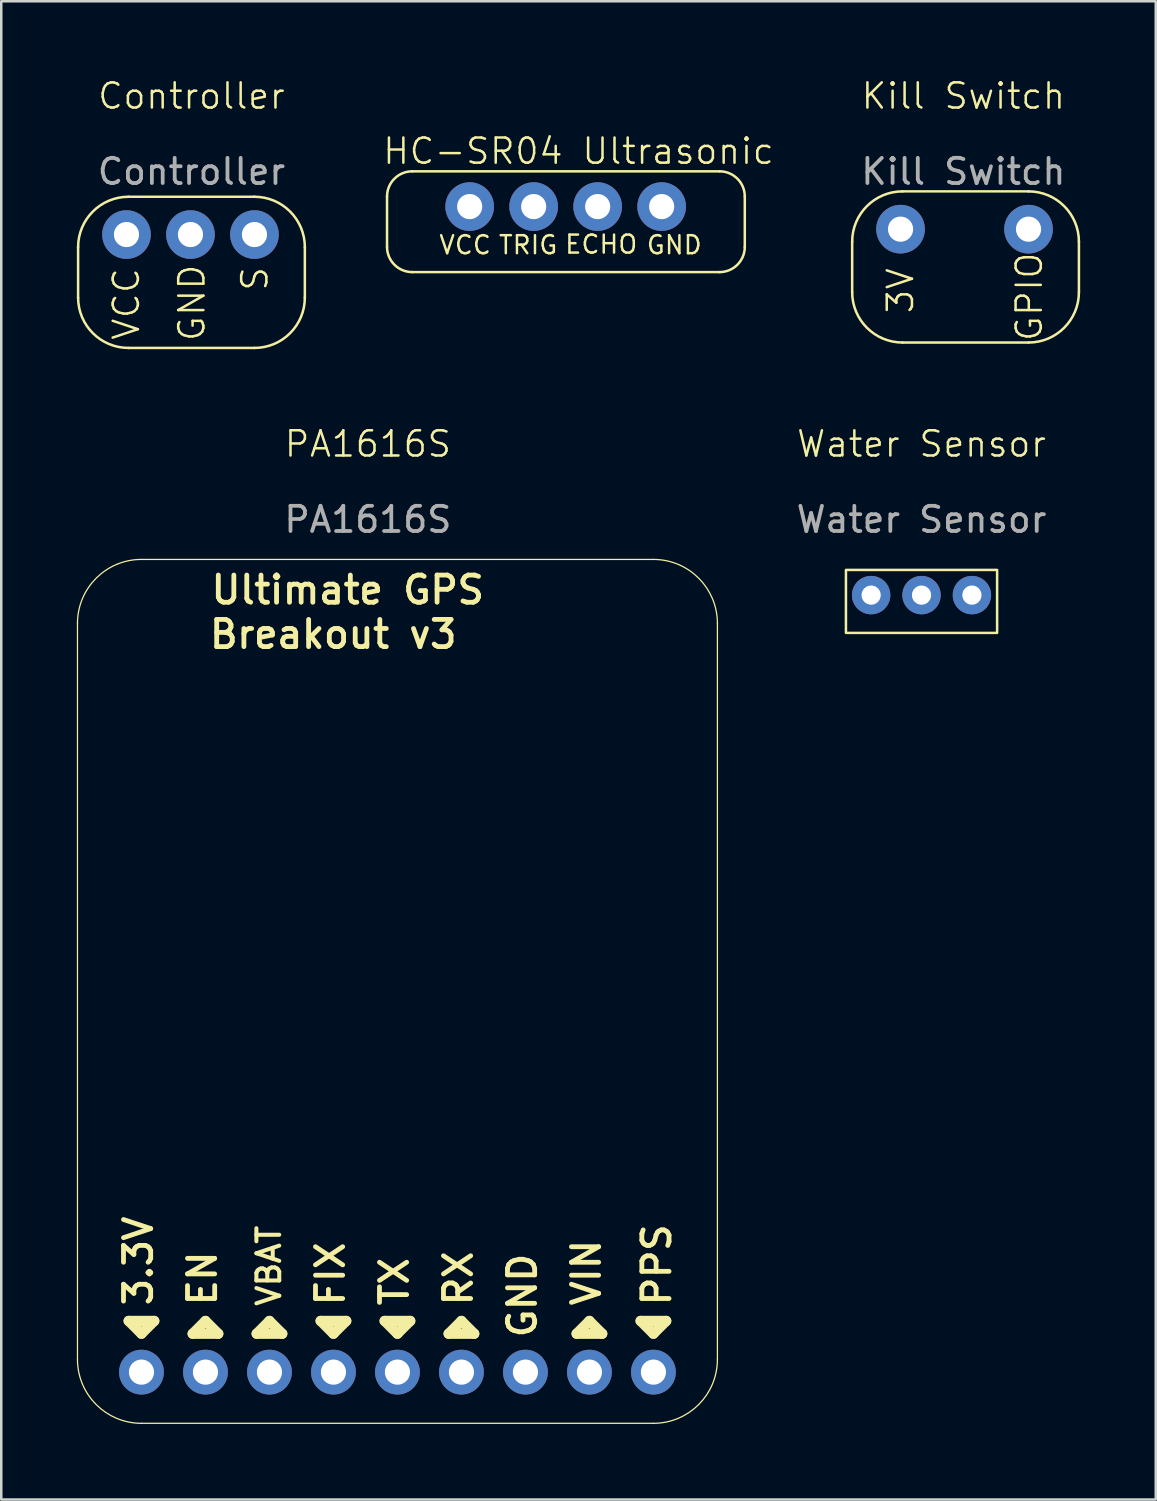
<source format=kicad_pcb>
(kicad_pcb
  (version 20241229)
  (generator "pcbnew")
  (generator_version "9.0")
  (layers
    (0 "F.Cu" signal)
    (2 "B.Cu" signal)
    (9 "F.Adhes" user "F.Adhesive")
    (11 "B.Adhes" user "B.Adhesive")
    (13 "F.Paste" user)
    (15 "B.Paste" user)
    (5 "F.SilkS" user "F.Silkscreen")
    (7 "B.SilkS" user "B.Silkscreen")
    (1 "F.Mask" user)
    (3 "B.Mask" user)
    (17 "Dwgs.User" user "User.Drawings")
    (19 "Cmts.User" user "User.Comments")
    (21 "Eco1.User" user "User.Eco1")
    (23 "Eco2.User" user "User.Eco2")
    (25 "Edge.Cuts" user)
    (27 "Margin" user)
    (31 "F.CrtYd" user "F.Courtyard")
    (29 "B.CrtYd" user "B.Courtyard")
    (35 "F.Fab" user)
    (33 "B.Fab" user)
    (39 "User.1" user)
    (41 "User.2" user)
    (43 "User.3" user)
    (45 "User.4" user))
  (footprint "Controller"
    (layer "F.Cu")
    (at 4.55 1.26)
    (property "Reference" "Controller" (at 0 -0.5 0) (unlocked yes) (layer "F.SilkS") (effects (font (size 1 1) (thickness 0.1))))
    (attr smd)
    (fp_line (start -4.5 7.5) (end -4.5 5.5) (stroke (width 0.1) (type default)) (layer "F.SilkS"))
    (fp_line (start -2.5 3.5) (end 2.5 3.5) (stroke (width 0.1) (type default)) (layer "F.SilkS"))
    (fp_line (start 2.5 9.5) (end -2.5 9.5) (stroke (width 0.1) (type default)) (layer "F.SilkS"))
    (fp_line (start 4.5 5.5) (end 4.5 7.5) (stroke (width 0.1) (type default)) (layer "F.SilkS"))
    (fp_arc (start -4.5 5.5) (mid -3.914214 4.085786) (end -2.5 3.5) (stroke (width 0.1) (type default)) (layer "F.SilkS"))
    (fp_arc (start -2.5 9.5) (mid -3.914214 8.914214) (end -4.5 7.5) (stroke (width 0.1) (type default)) (layer "F.SilkS"))
    (fp_arc (start 2.5 3.5) (mid 3.914214 4.085786) (end 4.5 5.5) (stroke (width 0.1) (type default)) (layer "F.SilkS"))
    (fp_arc (start 4.5 7.5) (mid 3.914214 8.914214) (end 2.5 9.5) (stroke (width 0.1) (type default)) (layer "F.SilkS"))
    (fp_text user "GND" (at 0.6 9.3 90) (unlocked yes) (layer "F.SilkS") (effects (font (size 1 1) (thickness 0.1)) (justify left bottom)))
    (fp_text user "VCC" (at -2 9.25 90) (unlocked yes) (layer "F.SilkS") (effects (font (size 1 1) (thickness 0.1)) (justify left bottom)))
    (fp_text user "S" (at 3.1 7.3 90) (unlocked yes) (layer "F.SilkS") (effects (font (size 1 1) (thickness 0.1)) (justify left bottom)))
    (fp_text user "${REFERENCE}" (at 0 2.5 0) (unlocked yes) (layer "F.Fab") (effects (font (size 1 1) (thickness 0.15))))
    (pad "3" thru_hole circle (at -2.58 5 90) (size 1.93 1.93) (drill 1) (layers "*.Cu" "*.Mask"))
    (pad "4" thru_hole circle (at -0.04 5 90) (size 1.93 1.93) (drill 1) (layers "*.Cu" "*.Mask"))
    (pad "5" thru_hole circle (at 2.5 5 90) (size 1.93 1.93) (drill 1) (layers "*.Cu" "*.Mask")))
  (footprint "Water Sensor"
    (layer "F.Cu")
    (at 33.527 15.071)
    (property "Reference" "Water Sensor" (at 0 -0.5 0) (unlocked yes) (layer "F.SilkS") (effects (font (size 1 1) (thickness 0.1))))
    (attr through_hole)
    (fp_rect (start -3 4.5) (end 3 7) (stroke (width 0.1) (type default)) (fill no) (layer "F.SilkS"))
    (fp_text user "${REFERENCE}" (at 0 2.5 0) (unlocked yes) (layer "F.Fab") (effects (font (size 1 1) (thickness 0.15))))
    (pad "1" thru_hole circle (at -2 5.5) (size 1.524 1.524) (drill 0.762) (layers "*.Cu" "*.Mask"))
    (pad "2" thru_hole circle (at 0 5.5) (size 1.524 1.524) (drill 0.762) (layers "*.Cu" "*.Mask"))
    (pad "3" thru_hole circle (at 2 5.5) (size 1.524 1.524) (drill 0.762) (layers "*.Cu" "*.Mask")))
  (footprint "PA1616S"
    (layer "F.Cu")
    (at 11.552 15.071)
    (property "Reference" "PA1616S" (at 0 -0.5 0) (unlocked yes) (layer "F.SilkS") (effects (font (size 1 1) (thickness 0.1))))
    (attr smd)
    (fp_line (start -11.527 35.833) (end -11.527 6.623) (stroke (width 0.05) (type solid)) (layer "F.SilkS"))
    (fp_line (start -9.495 34.309) (end -8.987 34.817) (stroke (width 0.406) (type solid)) (layer "F.SilkS"))
    (fp_line (start -8.987 4.083) (end 11.333 4.083) (stroke (width 0.05) (type solid)) (layer "F.SilkS"))
    (fp_line (start -8.987 34.817) (end -8.479 34.309) (stroke (width 0.406) (type solid)) (layer "F.SilkS"))
    (fp_line (start -8.479 34.309) (end -9.495 34.309) (stroke (width 0.406) (type solid)) (layer "F.SilkS"))
    (fp_line (start -6.955 34.817) (end -5.939 34.817) (stroke (width 0.406) (type solid)) (layer "F.SilkS"))
    (fp_line (start -6.447 34.309) (end -6.955 34.817) (stroke (width 0.406) (type solid)) (layer "F.SilkS"))
    (fp_line (start -5.939 34.817) (end -6.447 34.309) (stroke (width 0.406) (type solid)) (layer "F.SilkS"))
    (fp_line (start -4.415 34.817) (end -3.399 34.817) (stroke (width 0.406) (type solid)) (layer "F.SilkS"))
    (fp_line (start -3.907 34.309) (end -4.415 34.817) (stroke (width 0.406) (type solid)) (layer "F.SilkS"))
    (fp_line (start -3.399 34.817) (end -3.907 34.309) (stroke (width 0.406) (type solid)) (layer "F.SilkS"))
    (fp_line (start -1.875 34.309) (end -1.367 34.817) (stroke (width 0.406) (type solid)) (layer "F.SilkS"))
    (fp_line (start -1.367 34.817) (end -0.859 34.309) (stroke (width 0.406) (type solid)) (layer "F.SilkS"))
    (fp_line (start -0.859 34.309) (end -1.875 34.309) (stroke (width 0.406) (type solid)) (layer "F.SilkS"))
    (fp_line (start 0.665 34.309) (end 1.173 34.817) (stroke (width 0.406) (type solid)) (layer "F.SilkS"))
    (fp_line (start 1.173 34.817) (end 1.681 34.309) (stroke (width 0.406) (type solid)) (layer "F.SilkS"))
    (fp_line (start 1.681 34.309) (end 0.665 34.309) (stroke (width 0.406) (type solid)) (layer "F.SilkS"))
    (fp_line (start 3.205 34.817) (end 4.221 34.817) (stroke (width 0.406) (type solid)) (layer "F.SilkS"))
    (fp_line (start 3.713 34.309) (end 3.205 34.817) (stroke (width 0.406) (type solid)) (layer "F.SilkS"))
    (fp_line (start 4.221 34.817) (end 3.713 34.309) (stroke (width 0.406) (type solid)) (layer "F.SilkS"))
    (fp_line (start 8.285 34.817) (end 9.301 34.817) (stroke (width 0.406) (type solid)) (layer "F.SilkS"))
    (fp_line (start 8.793 34.309) (end 8.285 34.817) (stroke (width 0.406) (type solid)) (layer "F.SilkS"))
    (fp_line (start 9.301 34.817) (end 8.793 34.309) (stroke (width 0.406) (type solid)) (layer "F.SilkS"))
    (fp_line (start 10.825 34.309) (end 11.333 34.817) (stroke (width 0.406) (type solid)) (layer "F.SilkS"))
    (fp_line (start 11.333 34.817) (end 11.841 34.309) (stroke (width 0.406) (type solid)) (layer "F.SilkS"))
    (fp_line (start 11.333 38.373) (end -8.987 38.373) (stroke (width 0.05) (type solid)) (layer "F.SilkS"))
    (fp_line (start 11.841 34.309) (end 10.825 34.309) (stroke (width 0.406) (type solid)) (layer "F.SilkS"))
    (fp_line (start 13.873 6.623) (end 13.873 35.833) (stroke (width 0.05) (type solid)) (layer "F.SilkS"))
    (fp_arc (start -11.527 6.623) (mid -10.783051 4.826949) (end -8.987 4.083) (stroke (width 0.05) (type solid)) (layer "F.SilkS"))
    (fp_arc (start -8.987 38.373) (mid -10.783051 37.629051) (end -11.527 35.833) (stroke (width 0.05) (type solid)) (layer "F.SilkS"))
    (fp_arc (start 11.333 4.083) (mid 13.129051 4.826949) (end 13.873 6.623) (stroke (width 0.05) (type solid)) (layer "F.SilkS"))
    (fp_arc (start 13.873 35.833) (mid 13.129051 37.629051) (end 11.333 38.373) (stroke (width 0.05) (type solid)) (layer "F.SilkS"))
    (fp_text user "EN" (at -5.939 33.801 90) (unlocked yes) (layer "F.SilkS") (effects (font (size 1.079 1.079) (thickness 0.191)) (justify left bottom)))
    (fp_text user "Ultimate GPS" (at -6.32 5.925 0) (unlocked yes) (layer "F.SilkS") (effects (font (size 1.079 1.079) (thickness 0.191)) (justify left bottom)))
    (fp_text user "TX" (at 1.681 33.801 90) (unlocked yes) (layer "F.SilkS") (effects (font (size 1.079 1.079) (thickness 0.191)) (justify left bottom)))
    (fp_text user "PPS" (at 12.095 33.801 90) (unlocked yes) (layer "F.SilkS") (effects (font (size 1.079 1.079) (thickness 0.191)) (justify left bottom)))
    (fp_text user "VIN" (at 9.301 33.801 90) (unlocked yes) (layer "F.SilkS") (effects (font (size 1.079 1.079) (thickness 0.191)) (justify left bottom)))
    (fp_text user "FIX" (at -0.859 33.801 90) (unlocked yes) (layer "F.SilkS") (effects (font (size 1.079 1.079) (thickness 0.191)) (justify left bottom)))
    (fp_text user "VBAT" (at -3.399 33.801 90) (unlocked yes) (layer "F.SilkS") (effects (font (size 0.907 0.907) (thickness 0.16)) (justify left bottom)))
    (fp_text user "Breakout v3" (at -6.383 7.686 0) (unlocked yes) (layer "F.SilkS") (effects (font (size 1.079 1.079) (thickness 0.191)) (justify left bottom)))
    (fp_text user "GND" (at 6.761 35.071 90) (unlocked yes) (layer "F.SilkS") (effects (font (size 1.079 1.079) (thickness 0.191)) (justify left bottom)))
    (fp_text user "RX" (at 4.221 33.801 90) (unlocked yes) (layer "F.SilkS") (effects (font (size 1.079 1.079) (thickness 0.191)) (justify left bottom)))
    (fp_text user "3.3V" (at -8.479 33.801 90) (unlocked yes) (layer "F.SilkS") (effects (font (size 1.079 1.079) (thickness 0.191)) (justify left bottom)))
    (fp_text user "${REFERENCE}" (at 0 2.5 0) (unlocked yes) (layer "F.Fab") (effects (font (size 1 1) (thickness 0.15))))
    (pad "1" thru_hole circle (at -8.987 36.341 270) (size 1.778 1.778) (drill 1) (layers "*.Cu" "*.Mask"))
    (pad "2" thru_hole circle (at -6.447 36.341 270) (size 1.778 1.778) (drill 1) (layers "*.Cu" "*.Mask"))
    (pad "3" thru_hole circle (at -3.907 36.341 270) (size 1.778 1.778) (drill 1) (layers "*.Cu" "*.Mask"))
    (pad "4" thru_hole circle (at -1.367 36.341 270) (size 1.778 1.778) (drill 1) (layers "*.Cu" "*.Mask"))
    (pad "5" thru_hole circle (at 1.173 36.341 270) (size 1.778 1.778) (drill 1) (layers "*.Cu" "*.Mask"))
    (pad "6" thru_hole circle (at 3.713 36.341 270) (size 1.778 1.778) (drill 1) (layers "*.Cu" "*.Mask"))
    (pad "7" thru_hole circle (at 6.253 36.341 270) (size 1.778 1.778) (drill 1) (layers "*.Cu" "*.Mask"))
    (pad "8" thru_hole circle (at 8.793 36.341 270) (size 1.778 1.778) (drill 1) (layers "*.Cu" "*.Mask"))
    (pad "9" thru_hole circle (at 11.333 36.341 270) (size 1.778 1.778) (drill 1) (layers "*.Cu" "*.Mask")))
  (footprint "HC-SR04 Ultrasonic"
    (layer "F.Cu")
    (at 19.412 0.25)
    (property "Reference" "HC-SR04 Ultrasonic" (at 0.5 2.7 0) (unlocked yes) (layer "F.SilkS") (effects (font (size 1 1) (thickness 0.1))))
    (attr smd)
    (fp_line (start -7.1 6.5) (end -7.1 4.5) (stroke (width 0.1) (type default)) (layer "F.SilkS"))
    (fp_line (start -6.1 3.5) (end 6.1 3.5) (stroke (width 0.1) (type default)) (layer "F.SilkS"))
    (fp_line (start 6.1 7.5) (end -6.1 7.5) (stroke (width 0.1) (type default)) (layer "F.SilkS"))
    (fp_line (start 7.1 4.5) (end 7.1 6.5) (stroke (width 0.1) (type default)) (layer "F.SilkS"))
    (fp_arc (start -7.1 4.5) (mid -6.807107 3.792893) (end -6.1 3.5) (stroke (width 0.1) (type default)) (layer "F.SilkS"))
    (fp_arc (start -6.1 7.5) (mid -6.807107 7.207107) (end -7.1 6.5) (stroke (width 0.1) (type default)) (layer "F.SilkS"))
    (fp_arc (start 6.1 3.5) (mid 6.807107 3.792893) (end 7.1 4.5) (stroke (width 0.1) (type default)) (layer "F.SilkS"))
    (fp_arc (start 7.1 6.5) (mid 6.807107 7.207107) (end 6.1 7.5) (stroke (width 0.1) (type default)) (layer "F.SilkS"))
    (fp_text user "VCC" (at -4 6.424 0) (unlocked yes) (layer "F.SilkS") (effects (font (size 0.715 0.715) (thickness 0.098))))
    (fp_text user "GND" (at 4.3 6.424 0) (unlocked yes) (layer "F.SilkS") (effects (font (size 0.715 0.715) (thickness 0.098))))
    (fp_text user "ECHO" (at 1.4 6.4 0) (unlocked yes) (layer "F.SilkS") (effects (font (size 0.715 0.715) (thickness 0.098))))
    (fp_text user "TRIG" (at -1.5 6.424 0) (unlocked yes) (layer "F.SilkS") (effects (font (size 0.715 0.715) (thickness 0.098))))
    (pad "1" thru_hole circle (at -3.82 4.9 90) (size 1.93 1.93) (drill 1) (layers "*.Cu" "*.Mask"))
    (pad "2" thru_hole circle (at -1.28 4.9 90) (size 1.93 1.93) (drill 1) (layers "*.Cu" "*.Mask"))
    (pad "3" thru_hole circle (at 1.26 4.9 90) (size 1.93 1.93) (drill 1) (layers "*.Cu" "*.Mask"))
    (pad "4" thru_hole circle (at 3.8 4.9 90) (size 1.93 1.93) (drill 1) (layers "*.Cu" "*.Mask")))
  (footprint "Kill Switch"
    (layer "F.Cu")
    (at 35.188 1.26)
    (property "Reference" "Kill Switch" (at 0 -0.5 0) (unlocked yes) (layer "F.SilkS") (effects (font (size 1 1) (thickness 0.1))))
    (attr smd)
    (fp_line (start -4.414 7.286) (end -4.414 5.286) (stroke (width 0.1) (type default)) (layer "F.SilkS"))
    (fp_line (start -2.414 3.286) (end 2.586 3.286) (stroke (width 0.1) (type default)) (layer "F.SilkS"))
    (fp_line (start 2.586 9.286) (end -2.414 9.286) (stroke (width 0.1) (type default)) (layer "F.SilkS"))
    (fp_line (start 4.586 5.286) (end 4.586 7.286) (stroke (width 0.1) (type default)) (layer "F.SilkS"))
    (fp_arc (start -4.414214 5.285786) (mid -3.828428 3.871572) (end -2.414214 3.285786) (stroke (width 0.1) (type default)) (layer "F.SilkS"))
    (fp_arc (start -2.414214 9.285786) (mid -3.828428 8.7) (end -4.414214 7.285786) (stroke (width 0.1) (type default)) (layer "F.SilkS"))
    (fp_arc (start 2.585786 3.285786) (mid 4 3.871572) (end 4.585786 5.285786) (stroke (width 0.1) (type default)) (layer "F.SilkS"))
    (fp_arc (start 4.585786 7.285786) (mid 4 8.7) (end 2.585786 9.285786) (stroke (width 0.1) (type default)) (layer "F.SilkS"))
    (fp_text user "GPIO" (at 3.2 9.3 90) (unlocked yes) (layer "F.SilkS") (effects (font (size 1 1) (thickness 0.1)) (justify left bottom)))
    (fp_text user "3V" (at -1.914 8.2 90) (unlocked yes) (layer "F.SilkS") (effects (font (size 1 1) (thickness 0.1)) (justify left bottom)))
    (fp_text user "${REFERENCE}" (at 0 2.5 0) (unlocked yes) (layer "F.Fab") (effects (font (size 1 1) (thickness 0.15))))
    (pad "1" thru_hole circle (at -2.494 4.786 90) (size 1.93 1.93) (drill 1) (layers "*.Cu" "*.Mask"))
    (pad "2" thru_hole circle (at 2.586 4.786 90) (size 1.93 1.93) (drill 1) (layers "*.Cu" "*.Mask")))
  (gr_rect
    (start -3 -3)
    (end 42.824 56.469)
    (stroke (width 0.1) (type default))
    (fill no)
    (layer "Edge.Cuts")))
</source>
